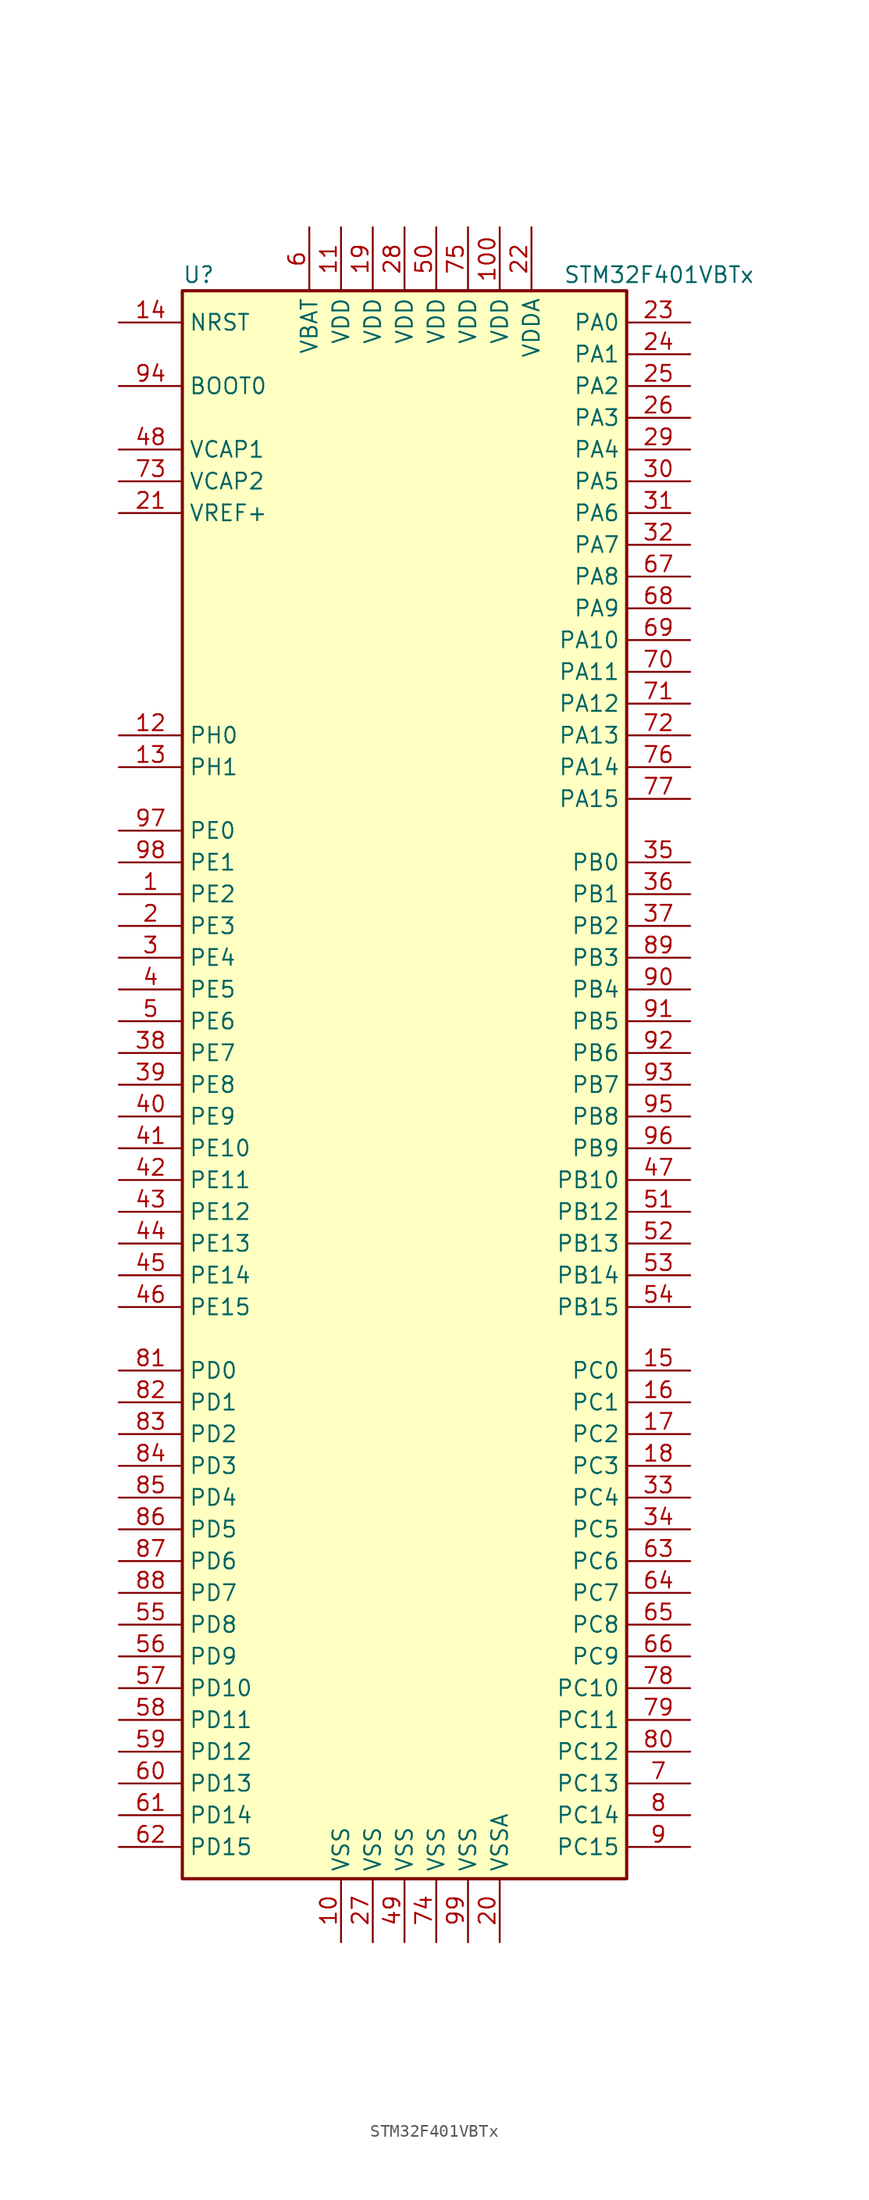
<source format=kicad_sym>
(kicad_symbol_lib
  (version 20201005)
  (generator kicad_symbol_editor)
  (symbol "MCU_ST_STM32F4:STM32F401VBTx"
    (property "Reference" "U"
      (at -17.78 64.77 0)
      (effects (font (size 1.27 1.27)) (justify left)))
    (property "Value" "STM32F401VBTx"
      (at 12.7 64.77 0)
      (effects (font (size 1.27 1.27)) (justify left)))
    (symbol "STM32F401VBTx_0_1"
      (rectangle (start -17.78 -63.5) (end 17.78 63.5) (stroke (width 0.254)) (fill (type background))))
    (symbol "STM32F401VBTx_1_1"
      (pin input line (at -22.86 55.88 0) (length 5.08) (name "BOOT0" (effects (font (size 1.27 1.27)))) (number "94" (effects (font (size 1.27 1.27)))))
      (pin input line (at -22.86 60.96 0) (length 5.08) (name "NRST" (effects (font (size 1.27 1.27)))) (number "14" (effects (font (size 1.27 1.27)))))
      (pin bidirectional line (at 22.86 60.96 180) (length 5.08) (name "PA0" (effects (font (size 1.27 1.27)))) (number "23" (effects (font (size 1.27 1.27)))))
      (pin bidirectional line (at 22.86 58.42 180) (length 5.08) (name "PA1" (effects (font (size 1.27 1.27)))) (number "24" (effects (font (size 1.27 1.27)))))
      (pin bidirectional line (at 22.86 35.56 180) (length 5.08) (name "PA10" (effects (font (size 1.27 1.27)))) (number "69" (effects (font (size 1.27 1.27)))))
      (pin bidirectional line (at 22.86 33.02 180) (length 5.08) (name "PA11" (effects (font (size 1.27 1.27)))) (number "70" (effects (font (size 1.27 1.27)))))
      (pin bidirectional line (at 22.86 30.48 180) (length 5.08) (name "PA12" (effects (font (size 1.27 1.27)))) (number "71" (effects (font (size 1.27 1.27)))))
      (pin bidirectional line (at 22.86 27.94 180) (length 5.08) (name "PA13" (effects (font (size 1.27 1.27)))) (number "72" (effects (font (size 1.27 1.27)))))
      (pin bidirectional line (at 22.86 25.4 180) (length 5.08) (name "PA14" (effects (font (size 1.27 1.27)))) (number "76" (effects (font (size 1.27 1.27)))))
      (pin bidirectional line (at 22.86 22.86 180) (length 5.08) (name "PA15" (effects (font (size 1.27 1.27)))) (number "77" (effects (font (size 1.27 1.27)))))
      (pin bidirectional line (at 22.86 55.88 180) (length 5.08) (name "PA2" (effects (font (size 1.27 1.27)))) (number "25" (effects (font (size 1.27 1.27)))))
      (pin bidirectional line (at 22.86 53.34 180) (length 5.08) (name "PA3" (effects (font (size 1.27 1.27)))) (number "26" (effects (font (size 1.27 1.27)))))
      (pin bidirectional line (at 22.86 50.8 180) (length 5.08) (name "PA4" (effects (font (size 1.27 1.27)))) (number "29" (effects (font (size 1.27 1.27)))))
      (pin bidirectional line (at 22.86 48.26 180) (length 5.08) (name "PA5" (effects (font (size 1.27 1.27)))) (number "30" (effects (font (size 1.27 1.27)))))
      (pin bidirectional line (at 22.86 45.72 180) (length 5.08) (name "PA6" (effects (font (size 1.27 1.27)))) (number "31" (effects (font (size 1.27 1.27)))))
      (pin bidirectional line (at 22.86 43.18 180) (length 5.08) (name "PA7" (effects (font (size 1.27 1.27)))) (number "32" (effects (font (size 1.27 1.27)))))
      (pin bidirectional line (at 22.86 40.64 180) (length 5.08) (name "PA8" (effects (font (size 1.27 1.27)))) (number "67" (effects (font (size 1.27 1.27)))))
      (pin bidirectional line (at 22.86 38.1 180) (length 5.08) (name "PA9" (effects (font (size 1.27 1.27)))) (number "68" (effects (font (size 1.27 1.27)))))
      (pin bidirectional line (at 22.86 17.78 180) (length 5.08) (name "PB0" (effects (font (size 1.27 1.27)))) (number "35" (effects (font (size 1.27 1.27)))))
      (pin bidirectional line (at 22.86 15.24 180) (length 5.08) (name "PB1" (effects (font (size 1.27 1.27)))) (number "36" (effects (font (size 1.27 1.27)))))
      (pin bidirectional line (at 22.86 -7.62 180) (length 5.08) (name "PB10" (effects (font (size 1.27 1.27)))) (number "47" (effects (font (size 1.27 1.27)))))
      (pin bidirectional line (at 22.86 -10.16 180) (length 5.08) (name "PB12" (effects (font (size 1.27 1.27)))) (number "51" (effects (font (size 1.27 1.27)))))
      (pin bidirectional line (at 22.86 -12.7 180) (length 5.08) (name "PB13" (effects (font (size 1.27 1.27)))) (number "52" (effects (font (size 1.27 1.27)))))
      (pin bidirectional line (at 22.86 -15.24 180) (length 5.08) (name "PB14" (effects (font (size 1.27 1.27)))) (number "53" (effects (font (size 1.27 1.27)))))
      (pin bidirectional line (at 22.86 -17.78 180) (length 5.08) (name "PB15" (effects (font (size 1.27 1.27)))) (number "54" (effects (font (size 1.27 1.27)))))
      (pin bidirectional line (at 22.86 12.7 180) (length 5.08) (name "PB2" (effects (font (size 1.27 1.27)))) (number "37" (effects (font (size 1.27 1.27)))))
      (pin bidirectional line (at 22.86 10.16 180) (length 5.08) (name "PB3" (effects (font (size 1.27 1.27)))) (number "89" (effects (font (size 1.27 1.27)))))
      (pin bidirectional line (at 22.86 7.62 180) (length 5.08) (name "PB4" (effects (font (size 1.27 1.27)))) (number "90" (effects (font (size 1.27 1.27)))))
      (pin bidirectional line (at 22.86 5.08 180) (length 5.08) (name "PB5" (effects (font (size 1.27 1.27)))) (number "91" (effects (font (size 1.27 1.27)))))
      (pin bidirectional line (at 22.86 2.54 180) (length 5.08) (name "PB6" (effects (font (size 1.27 1.27)))) (number "92" (effects (font (size 1.27 1.27)))))
      (pin bidirectional line (at 22.86 0 180) (length 5.08) (name "PB7" (effects (font (size 1.27 1.27)))) (number "93" (effects (font (size 1.27 1.27)))))
      (pin bidirectional line (at 22.86 -2.54 180) (length 5.08) (name "PB8" (effects (font (size 1.27 1.27)))) (number "95" (effects (font (size 1.27 1.27)))))
      (pin bidirectional line (at 22.86 -5.08 180) (length 5.08) (name "PB9" (effects (font (size 1.27 1.27)))) (number "96" (effects (font (size 1.27 1.27)))))
      (pin bidirectional line (at 22.86 -22.86 180) (length 5.08) (name "PC0" (effects (font (size 1.27 1.27)))) (number "15" (effects (font (size 1.27 1.27)))))
      (pin bidirectional line (at 22.86 -25.4 180) (length 5.08) (name "PC1" (effects (font (size 1.27 1.27)))) (number "16" (effects (font (size 1.27 1.27)))))
      (pin bidirectional line (at 22.86 -48.26 180) (length 5.08) (name "PC10" (effects (font (size 1.27 1.27)))) (number "78" (effects (font (size 1.27 1.27)))))
      (pin bidirectional line (at 22.86 -50.8 180) (length 5.08) (name "PC11" (effects (font (size 1.27 1.27)))) (number "79" (effects (font (size 1.27 1.27)))))
      (pin bidirectional line (at 22.86 -53.34 180) (length 5.08) (name "PC12" (effects (font (size 1.27 1.27)))) (number "80" (effects (font (size 1.27 1.27)))))
      (pin bidirectional line (at 22.86 -55.88 180) (length 5.08) (name "PC13" (effects (font (size 1.27 1.27)))) (number "7" (effects (font (size 1.27 1.27)))))
      (pin bidirectional line (at 22.86 -58.42 180) (length 5.08) (name "PC14" (effects (font (size 1.27 1.27)))) (number "8" (effects (font (size 1.27 1.27)))))
      (pin bidirectional line (at 22.86 -60.96 180) (length 5.08) (name "PC15" (effects (font (size 1.27 1.27)))) (number "9" (effects (font (size 1.27 1.27)))))
      (pin bidirectional line (at 22.86 -27.94 180) (length 5.08) (name "PC2" (effects (font (size 1.27 1.27)))) (number "17" (effects (font (size 1.27 1.27)))))
      (pin bidirectional line (at 22.86 -30.48 180) (length 5.08) (name "PC3" (effects (font (size 1.27 1.27)))) (number "18" (effects (font (size 1.27 1.27)))))
      (pin bidirectional line (at 22.86 -33.02 180) (length 5.08) (name "PC4" (effects (font (size 1.27 1.27)))) (number "33" (effects (font (size 1.27 1.27)))))
      (pin bidirectional line (at 22.86 -35.56 180) (length 5.08) (name "PC5" (effects (font (size 1.27 1.27)))) (number "34" (effects (font (size 1.27 1.27)))))
      (pin bidirectional line (at 22.86 -38.1 180) (length 5.08) (name "PC6" (effects (font (size 1.27 1.27)))) (number "63" (effects (font (size 1.27 1.27)))))
      (pin bidirectional line (at 22.86 -40.64 180) (length 5.08) (name "PC7" (effects (font (size 1.27 1.27)))) (number "64" (effects (font (size 1.27 1.27)))))
      (pin bidirectional line (at 22.86 -43.18 180) (length 5.08) (name "PC8" (effects (font (size 1.27 1.27)))) (number "65" (effects (font (size 1.27 1.27)))))
      (pin bidirectional line (at 22.86 -45.72 180) (length 5.08) (name "PC9" (effects (font (size 1.27 1.27)))) (number "66" (effects (font (size 1.27 1.27)))))
      (pin bidirectional line (at -22.86 -22.86 0) (length 5.08) (name "PD0" (effects (font (size 1.27 1.27)))) (number "81" (effects (font (size 1.27 1.27)))))
      (pin bidirectional line (at -22.86 -25.4 0) (length 5.08) (name "PD1" (effects (font (size 1.27 1.27)))) (number "82" (effects (font (size 1.27 1.27)))))
      (pin bidirectional line (at -22.86 -48.26 0) (length 5.08) (name "PD10" (effects (font (size 1.27 1.27)))) (number "57" (effects (font (size 1.27 1.27)))))
      (pin bidirectional line (at -22.86 -50.8 0) (length 5.08) (name "PD11" (effects (font (size 1.27 1.27)))) (number "58" (effects (font (size 1.27 1.27)))))
      (pin bidirectional line (at -22.86 -53.34 0) (length 5.08) (name "PD12" (effects (font (size 1.27 1.27)))) (number "59" (effects (font (size 1.27 1.27)))))
      (pin bidirectional line (at -22.86 -55.88 0) (length 5.08) (name "PD13" (effects (font (size 1.27 1.27)))) (number "60" (effects (font (size 1.27 1.27)))))
      (pin bidirectional line (at -22.86 -58.42 0) (length 5.08) (name "PD14" (effects (font (size 1.27 1.27)))) (number "61" (effects (font (size 1.27 1.27)))))
      (pin bidirectional line (at -22.86 -60.96 0) (length 5.08) (name "PD15" (effects (font (size 1.27 1.27)))) (number "62" (effects (font (size 1.27 1.27)))))
      (pin bidirectional line (at -22.86 -27.94 0) (length 5.08) (name "PD2" (effects (font (size 1.27 1.27)))) (number "83" (effects (font (size 1.27 1.27)))))
      (pin bidirectional line (at -22.86 -30.48 0) (length 5.08) (name "PD3" (effects (font (size 1.27 1.27)))) (number "84" (effects (font (size 1.27 1.27)))))
      (pin bidirectional line (at -22.86 -33.02 0) (length 5.08) (name "PD4" (effects (font (size 1.27 1.27)))) (number "85" (effects (font (size 1.27 1.27)))))
      (pin bidirectional line (at -22.86 -35.56 0) (length 5.08) (name "PD5" (effects (font (size 1.27 1.27)))) (number "86" (effects (font (size 1.27 1.27)))))
      (pin bidirectional line (at -22.86 -38.1 0) (length 5.08) (name "PD6" (effects (font (size 1.27 1.27)))) (number "87" (effects (font (size 1.27 1.27)))))
      (pin bidirectional line (at -22.86 -40.64 0) (length 5.08) (name "PD7" (effects (font (size 1.27 1.27)))) (number "88" (effects (font (size 1.27 1.27)))))
      (pin bidirectional line (at -22.86 -43.18 0) (length 5.08) (name "PD8" (effects (font (size 1.27 1.27)))) (number "55" (effects (font (size 1.27 1.27)))))
      (pin bidirectional line (at -22.86 -45.72 0) (length 5.08) (name "PD9" (effects (font (size 1.27 1.27)))) (number "56" (effects (font (size 1.27 1.27)))))
      (pin bidirectional line (at -22.86 20.32 0) (length 5.08) (name "PE0" (effects (font (size 1.27 1.27)))) (number "97" (effects (font (size 1.27 1.27)))))
      (pin bidirectional line (at -22.86 17.78 0) (length 5.08) (name "PE1" (effects (font (size 1.27 1.27)))) (number "98" (effects (font (size 1.27 1.27)))))
      (pin bidirectional line (at -22.86 -5.08 0) (length 5.08) (name "PE10" (effects (font (size 1.27 1.27)))) (number "41" (effects (font (size 1.27 1.27)))))
      (pin bidirectional line (at -22.86 -7.62 0) (length 5.08) (name "PE11" (effects (font (size 1.27 1.27)))) (number "42" (effects (font (size 1.27 1.27)))))
      (pin bidirectional line (at -22.86 -10.16 0) (length 5.08) (name "PE12" (effects (font (size 1.27 1.27)))) (number "43" (effects (font (size 1.27 1.27)))))
      (pin bidirectional line (at -22.86 -12.7 0) (length 5.08) (name "PE13" (effects (font (size 1.27 1.27)))) (number "44" (effects (font (size 1.27 1.27)))))
      (pin bidirectional line (at -22.86 -15.24 0) (length 5.08) (name "PE14" (effects (font (size 1.27 1.27)))) (number "45" (effects (font (size 1.27 1.27)))))
      (pin bidirectional line (at -22.86 -17.78 0) (length 5.08) (name "PE15" (effects (font (size 1.27 1.27)))) (number "46" (effects (font (size 1.27 1.27)))))
      (pin bidirectional line (at -22.86 15.24 0) (length 5.08) (name "PE2" (effects (font (size 1.27 1.27)))) (number "1" (effects (font (size 1.27 1.27)))))
      (pin bidirectional line (at -22.86 12.7 0) (length 5.08) (name "PE3" (effects (font (size 1.27 1.27)))) (number "2" (effects (font (size 1.27 1.27)))))
      (pin bidirectional line (at -22.86 10.16 0) (length 5.08) (name "PE4" (effects (font (size 1.27 1.27)))) (number "3" (effects (font (size 1.27 1.27)))))
      (pin bidirectional line (at -22.86 7.62 0) (length 5.08) (name "PE5" (effects (font (size 1.27 1.27)))) (number "4" (effects (font (size 1.27 1.27)))))
      (pin bidirectional line (at -22.86 5.08 0) (length 5.08) (name "PE6" (effects (font (size 1.27 1.27)))) (number "5" (effects (font (size 1.27 1.27)))))
      (pin bidirectional line (at -22.86 2.54 0) (length 5.08) (name "PE7" (effects (font (size 1.27 1.27)))) (number "38" (effects (font (size 1.27 1.27)))))
      (pin bidirectional line (at -22.86 0 0) (length 5.08) (name "PE8" (effects (font (size 1.27 1.27)))) (number "39" (effects (font (size 1.27 1.27)))))
      (pin bidirectional line (at -22.86 -2.54 0) (length 5.08) (name "PE9" (effects (font (size 1.27 1.27)))) (number "40" (effects (font (size 1.27 1.27)))))
      (pin input line (at -22.86 27.94 0) (length 5.08) (name "PH0" (effects (font (size 1.27 1.27)))) (number "12" (effects (font (size 1.27 1.27)))))
      (pin input line (at -22.86 25.4 0) (length 5.08) (name "PH1" (effects (font (size 1.27 1.27)))) (number "13" (effects (font (size 1.27 1.27)))))
      (pin power_in line (at -7.62 68.58 270) (length 5.08) (name "VBAT" (effects (font (size 1.27 1.27)))) (number "6" (effects (font (size 1.27 1.27)))))
      (pin power_in line (at -22.86 50.8 0) (length 5.08) (name "VCAP1" (effects (font (size 1.27 1.27)))) (number "48" (effects (font (size 1.27 1.27)))))
      (pin power_in line (at -22.86 48.26 0) (length 5.08) (name "VCAP2" (effects (font (size 1.27 1.27)))) (number "73" (effects (font (size 1.27 1.27)))))
      (pin power_in line (at 7.62 68.58 270) (length 5.08) (name "VDD" (effects (font (size 1.27 1.27)))) (number "100" (effects (font (size 1.27 1.27)))))
      (pin power_in line (at -5.08 68.58 270) (length 5.08) (name "VDD" (effects (font (size 1.27 1.27)))) (number "11" (effects (font (size 1.27 1.27)))))
      (pin power_in line (at -2.54 68.58 270) (length 5.08) (name "VDD" (effects (font (size 1.27 1.27)))) (number "19" (effects (font (size 1.27 1.27)))))
      (pin power_in line (at 0 68.58 270) (length 5.08) (name "VDD" (effects (font (size 1.27 1.27)))) (number "28" (effects (font (size 1.27 1.27)))))
      (pin power_in line (at 2.54 68.58 270) (length 5.08) (name "VDD" (effects (font (size 1.27 1.27)))) (number "50" (effects (font (size 1.27 1.27)))))
      (pin power_in line (at 5.08 68.58 270) (length 5.08) (name "VDD" (effects (font (size 1.27 1.27)))) (number "75" (effects (font (size 1.27 1.27)))))
      (pin power_in line (at 10.16 68.58 270) (length 5.08) (name "VDDA" (effects (font (size 1.27 1.27)))) (number "22" (effects (font (size 1.27 1.27)))))
      (pin power_in line (at -22.86 45.72 0) (length 5.08) (name "VREF+" (effects (font (size 1.27 1.27)))) (number "21" (effects (font (size 1.27 1.27)))))
      (pin power_in line (at -5.08 -68.58 90) (length 5.08) (name "VSS" (effects (font (size 1.27 1.27)))) (number "10" (effects (font (size 1.27 1.27)))))
      (pin power_in line (at -2.54 -68.58 90) (length 5.08) (name "VSS" (effects (font (size 1.27 1.27)))) (number "27" (effects (font (size 1.27 1.27)))))
      (pin power_in line (at 0 -68.58 90) (length 5.08) (name "VSS" (effects (font (size 1.27 1.27)))) (number "49" (effects (font (size 1.27 1.27)))))
      (pin power_in line (at 2.54 -68.58 90) (length 5.08) (name "VSS" (effects (font (size 1.27 1.27)))) (number "74" (effects (font (size 1.27 1.27)))))
      (pin power_in line (at 5.08 -68.58 90) (length 5.08) (name "VSS" (effects (font (size 1.27 1.27)))) (number "99" (effects (font (size 1.27 1.27)))))
      (pin power_in line (at 7.62 -68.58 90) (length 5.08) (name "VSSA" (effects (font (size 1.27 1.27)))) (number "20" (effects (font (size 1.27 1.27))))))))
</source>
